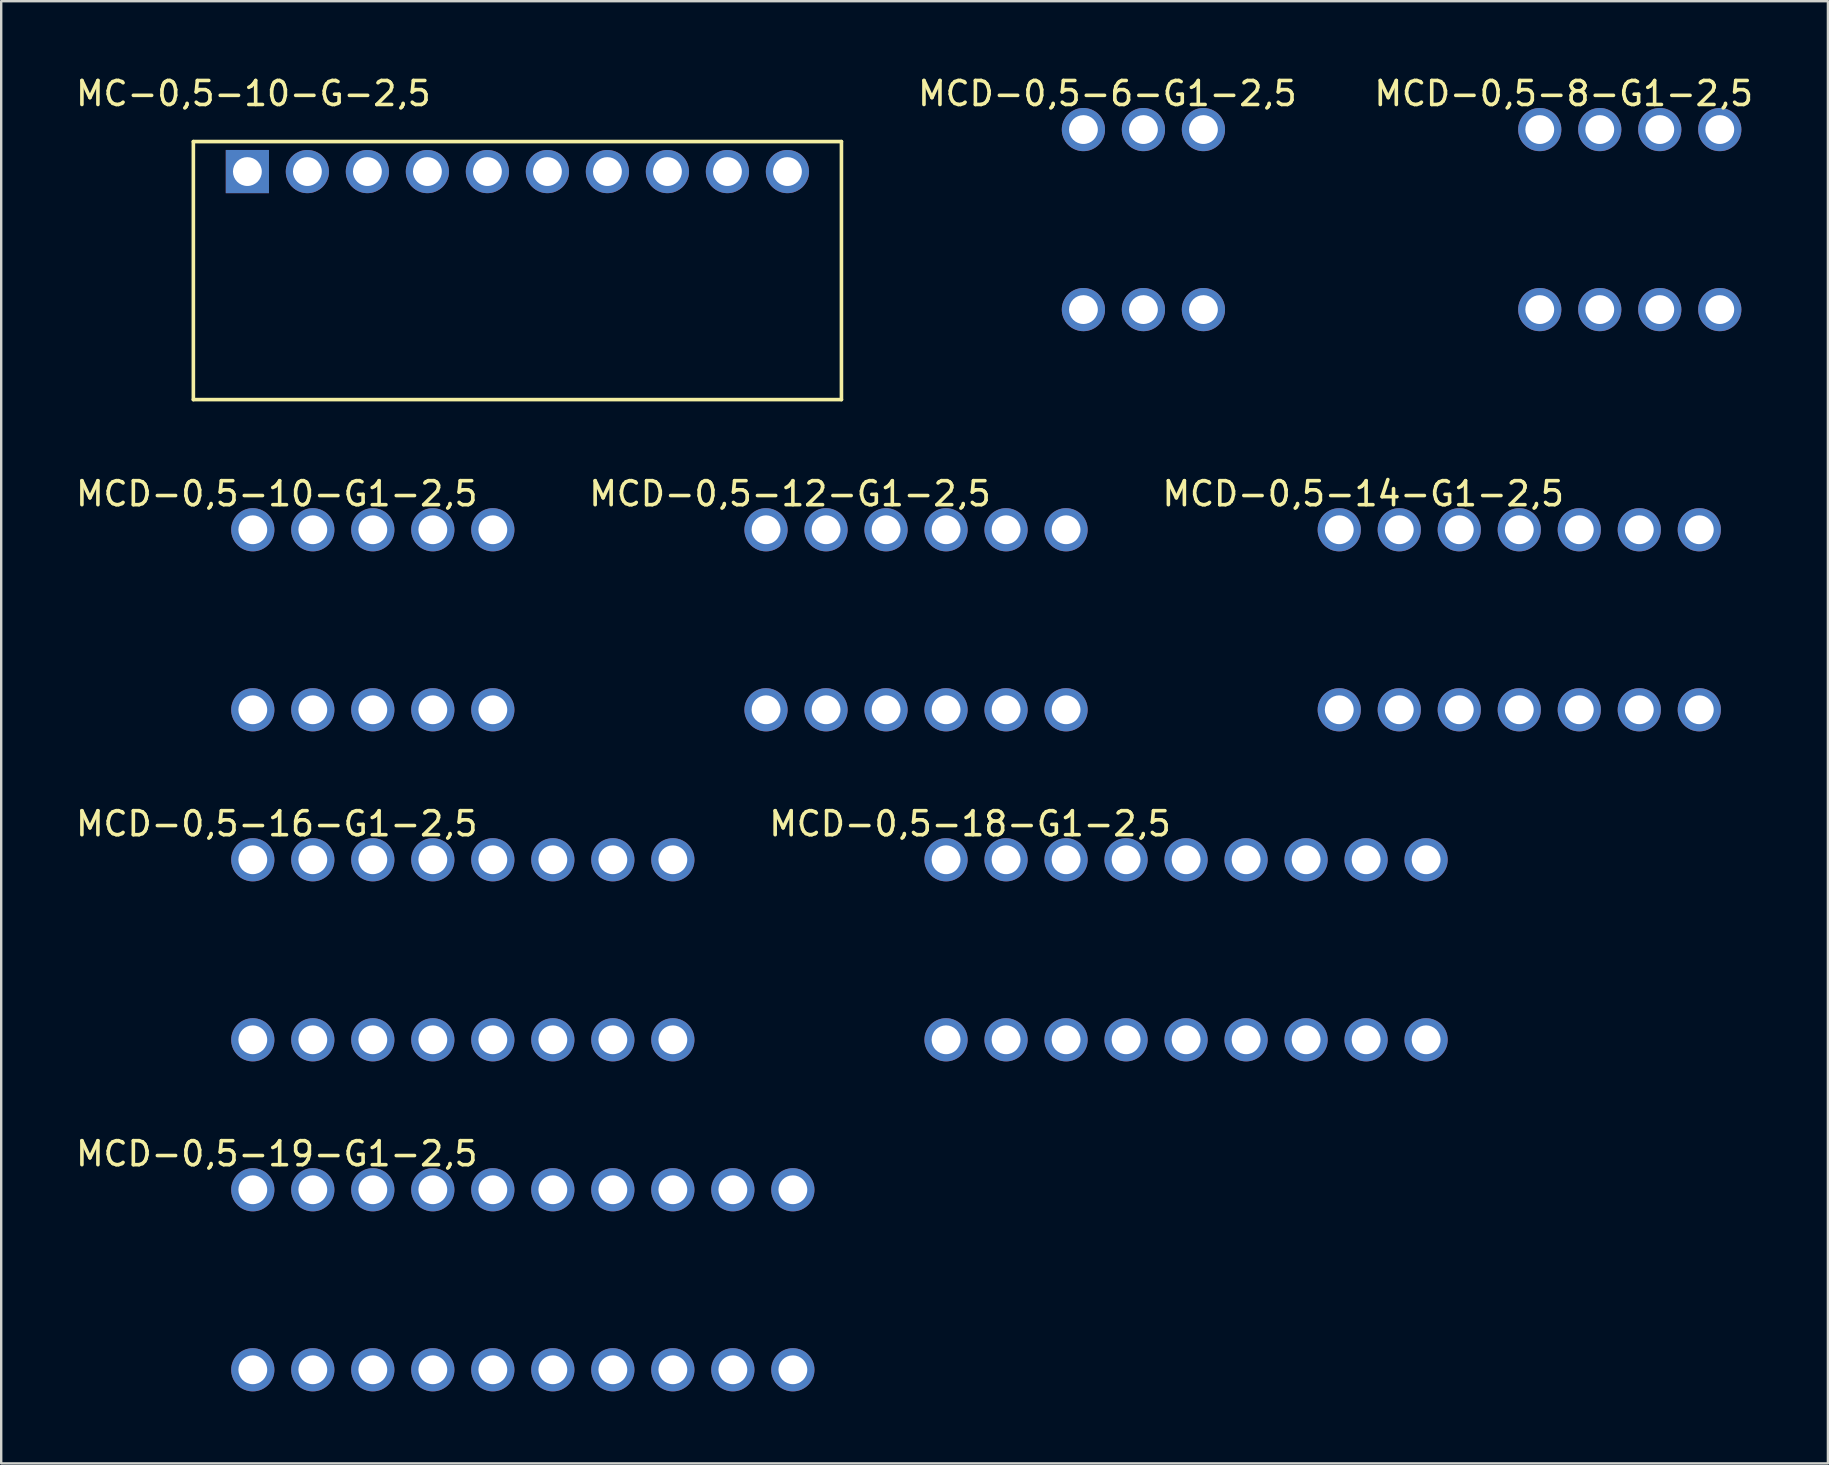
<source format=kicad_pcb>
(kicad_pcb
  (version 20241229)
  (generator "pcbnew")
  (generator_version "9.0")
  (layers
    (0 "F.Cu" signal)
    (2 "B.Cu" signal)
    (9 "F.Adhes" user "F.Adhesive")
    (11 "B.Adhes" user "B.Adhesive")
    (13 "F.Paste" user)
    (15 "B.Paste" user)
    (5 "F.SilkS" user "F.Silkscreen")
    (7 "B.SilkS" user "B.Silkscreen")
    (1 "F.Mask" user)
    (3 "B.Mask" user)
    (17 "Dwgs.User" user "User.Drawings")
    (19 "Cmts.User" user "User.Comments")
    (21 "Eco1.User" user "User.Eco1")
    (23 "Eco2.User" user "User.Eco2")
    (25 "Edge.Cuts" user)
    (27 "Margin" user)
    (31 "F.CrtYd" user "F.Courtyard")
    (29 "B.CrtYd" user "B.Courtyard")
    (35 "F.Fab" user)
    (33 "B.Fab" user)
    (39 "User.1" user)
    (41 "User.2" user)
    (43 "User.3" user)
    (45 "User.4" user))
  (footprint "MCD-0,5-16-G1-2,5"
    (layer "F.Cu")
    (at 7.482 32.77)
    (property "Reference" "MCD-0,5-16-G1-2,5" (at 1 -1.5 0) (layer "F.SilkS") (effects (font (size 1 1) (thickness 0.15))))
    (attr through_hole)
    (pad "1" thru_hole circle (at 0 0) (size 1.8 1.8) (drill 1.2) (layers "*.Cu" "*.Mask"))
    (pad "2" thru_hole circle (at 2.5 0) (size 1.8 1.8) (drill 1.2) (layers "*.Cu" "*.Mask"))
    (pad "3" thru_hole circle (at 5 0) (size 1.8 1.8) (drill 1.2) (layers "*.Cu" "*.Mask"))
    (pad "4" thru_hole circle (at 7.5 0) (size 1.8 1.8) (drill 1.2) (layers "*.Cu" "*.Mask"))
    (pad "5" thru_hole circle (at 10 0) (size 1.8 1.8) (drill 1.2) (layers "*.Cu" "*.Mask"))
    (pad "6" thru_hole circle (at 12.5 0) (size 1.8 1.8) (drill 1.2) (layers "*.Cu" "*.Mask"))
    (pad "7" thru_hole circle (at 15 0) (size 1.8 1.8) (drill 1.2) (layers "*.Cu" "*.Mask"))
    (pad "8" thru_hole circle (at 17.5 0) (size 1.8 1.8) (drill 1.2) (layers "*.Cu" "*.Mask"))
    (pad "9" thru_hole circle (at 0 7.5) (size 1.8 1.8) (drill 1.2) (layers "*.Cu" "*.Mask"))
    (pad "10" thru_hole circle (at 2.5 7.5) (size 1.8 1.8) (drill 1.2) (layers "*.Cu" "*.Mask"))
    (pad "11" thru_hole circle (at 5 7.5) (size 1.8 1.8) (drill 1.2) (layers "*.Cu" "*.Mask"))
    (pad "12" thru_hole circle (at 7.5 7.5) (size 1.8 1.8) (drill 1.2) (layers "*.Cu" "*.Mask"))
    (pad "13" thru_hole circle (at 10 7.5) (size 1.8 1.8) (drill 1.2) (layers "*.Cu" "*.Mask"))
    (pad "14" thru_hole circle (at 12.5 7.5) (size 1.8 1.8) (drill 1.2) (layers "*.Cu" "*.Mask"))
    (pad "15" thru_hole circle (at 15 7.5) (size 1.8 1.8) (drill 1.2) (layers "*.Cu" "*.Mask"))
    (pad "16" thru_hole circle (at 17.5 7.5) (size 1.8 1.8) (drill 1.2) (layers "*.Cu" "*.Mask")))
  (footprint "MCD-0,5-8-G1-2,5"
    (layer "F.Cu")
    (at 61.099 2.348)
    (property "Reference" "MCD-0,5-8-G1-2,5" (at 1 -1.5 0) (layer "F.SilkS") (effects (font (size 1 1) (thickness 0.15))))
    (attr through_hole)
    (pad "1" thru_hole circle (at 0 0) (size 1.8 1.8) (drill 1.2) (layers "*.Cu" "*.Mask"))
    (pad "2" thru_hole circle (at 2.5 0) (size 1.8 1.8) (drill 1.2) (layers "*.Cu" "*.Mask"))
    (pad "3" thru_hole circle (at 5 0) (size 1.8 1.8) (drill 1.2) (layers "*.Cu" "*.Mask"))
    (pad "4" thru_hole circle (at 7.5 0) (size 1.8 1.8) (drill 1.2) (layers "*.Cu" "*.Mask"))
    (pad "5" thru_hole circle (at 0 7.5) (size 1.8 1.8) (drill 1.2) (layers "*.Cu" "*.Mask"))
    (pad "6" thru_hole circle (at 2.5 7.5) (size 1.8 1.8) (drill 1.2) (layers "*.Cu" "*.Mask"))
    (pad "7" thru_hole circle (at 5 7.5) (size 1.8 1.8) (drill 1.2) (layers "*.Cu" "*.Mask"))
    (pad "8" thru_hole circle (at 7.5 7.5) (size 1.8 1.8) (drill 1.2) (layers "*.Cu" "*.Mask")))
  (footprint "MCD-0,5-14-G1-2,5"
    (layer "F.Cu")
    (at 52.746 19.021)
    (property "Reference" "MCD-0,5-14-G1-2,5" (at 1 -1.5 0) (layer "F.SilkS") (effects (font (size 1 1) (thickness 0.15))))
    (attr through_hole)
    (pad "1" thru_hole circle (at 0 0) (size 1.8 1.8) (drill 1.2) (layers "*.Cu" "*.Mask"))
    (pad "2" thru_hole circle (at 2.5 0) (size 1.8 1.8) (drill 1.2) (layers "*.Cu" "*.Mask"))
    (pad "3" thru_hole circle (at 5 0) (size 1.8 1.8) (drill 1.2) (layers "*.Cu" "*.Mask"))
    (pad "4" thru_hole circle (at 7.5 0) (size 1.8 1.8) (drill 1.2) (layers "*.Cu" "*.Mask"))
    (pad "5" thru_hole circle (at 10 0) (size 1.8 1.8) (drill 1.2) (layers "*.Cu" "*.Mask"))
    (pad "6" thru_hole circle (at 12.5 0) (size 1.8 1.8) (drill 1.2) (layers "*.Cu" "*.Mask"))
    (pad "7" thru_hole circle (at 15 0) (size 1.8 1.8) (drill 1.2) (layers "*.Cu" "*.Mask"))
    (pad "8" thru_hole circle (at 0 7.5) (size 1.8 1.8) (drill 1.2) (layers "*.Cu" "*.Mask"))
    (pad "9" thru_hole circle (at 2.5 7.5) (size 1.8 1.8) (drill 1.2) (layers "*.Cu" "*.Mask"))
    (pad "10" thru_hole circle (at 5 7.5) (size 1.8 1.8) (drill 1.2) (layers "*.Cu" "*.Mask"))
    (pad "11" thru_hole circle (at 7.5 7.5) (size 1.8 1.8) (drill 1.2) (layers "*.Cu" "*.Mask"))
    (pad "12" thru_hole circle (at 10 7.5) (size 1.8 1.8) (drill 1.2) (layers "*.Cu" "*.Mask"))
    (pad "13" thru_hole circle (at 12.5 7.5) (size 1.8 1.8) (drill 1.2) (layers "*.Cu" "*.Mask"))
    (pad "14" thru_hole circle (at 15 7.5) (size 1.8 1.8) (drill 1.2) (layers "*.Cu" "*.Mask")))
  (footprint "MC-0,5-10-G-2,5"
    (layer "F.Cu")
    (at 7.256 4.098)
    (property "Reference" "MC-0,5-10-G-2,5" (at 0.25 -3.25 180) (layer "F.SilkS") (effects (font (size 1 1) (thickness 0.15))))
    (attr through_hole)
    (fp_line (start -2.25 -1.25) (end -2.25 9.5) (stroke (width 0.15) (type solid)) (layer "F.SilkS"))
    (fp_line (start -2.25 9.5) (end 24.75 9.5) (stroke (width 0.15) (type solid)) (layer "F.SilkS"))
    (fp_line (start 24.75 -1.25) (end -2.25 -1.25) (stroke (width 0.15) (type solid)) (layer "F.SilkS"))
    (fp_line (start 24.75 9.5) (end 24.75 -1.25) (stroke (width 0.15) (type solid)) (layer "F.SilkS"))
    (pad "1" thru_hole rect (at 0 0) (size 1.8 1.8) (drill 1.2) (layers "*.Cu" "*.Mask"))
    (pad "2" thru_hole circle (at 2.5 0) (size 1.8 1.8) (drill 1.2) (layers "*.Cu" "*.Mask"))
    (pad "3" thru_hole circle (at 5 0) (size 1.8 1.8) (drill 1.2) (layers "*.Cu" "*.Mask"))
    (pad "4" thru_hole circle (at 7.5 0) (size 1.8 1.8) (drill 1.2) (layers "*.Cu" "*.Mask"))
    (pad "5" thru_hole circle (at 10 0) (size 1.8 1.8) (drill 1.2) (layers "*.Cu" "*.Mask"))
    (pad "6" thru_hole circle (at 12.5 0) (size 1.8 1.8) (drill 1.2) (layers "*.Cu" "*.Mask"))
    (pad "7" thru_hole circle (at 15 0) (size 1.8 1.8) (drill 1.2) (layers "*.Cu" "*.Mask"))
    (pad "8" thru_hole circle (at 17.5 0) (size 1.8 1.8) (drill 1.2) (layers "*.Cu" "*.Mask"))
    (pad "9" thru_hole circle (at 20 0) (size 1.8 1.8) (drill 1.2) (layers "*.Cu" "*.Mask"))
    (pad "10" thru_hole circle (at 22.5 0) (size 1.8 1.8) (drill 1.2) (layers "*.Cu" "*.Mask")))
  (footprint "MCD-0,5-18-G1-2,5"
    (layer "F.Cu")
    (at 36.364 32.77)
    (property "Reference" "MCD-0,5-18-G1-2,5" (at 1 -1.5 0) (layer "F.SilkS") (effects (font (size 1 1) (thickness 0.15))))
    (attr through_hole)
    (pad "1" thru_hole circle (at 0 0) (size 1.8 1.8) (drill 1.2) (layers "*.Cu" "*.Mask"))
    (pad "2" thru_hole circle (at 2.5 0) (size 1.8 1.8) (drill 1.2) (layers "*.Cu" "*.Mask"))
    (pad "3" thru_hole circle (at 5 0) (size 1.8 1.8) (drill 1.2) (layers "*.Cu" "*.Mask"))
    (pad "4" thru_hole circle (at 7.5 0) (size 1.8 1.8) (drill 1.2) (layers "*.Cu" "*.Mask"))
    (pad "5" thru_hole circle (at 10 0) (size 1.8 1.8) (drill 1.2) (layers "*.Cu" "*.Mask"))
    (pad "6" thru_hole circle (at 12.5 0) (size 1.8 1.8) (drill 1.2) (layers "*.Cu" "*.Mask"))
    (pad "7" thru_hole circle (at 15 0) (size 1.8 1.8) (drill 1.2) (layers "*.Cu" "*.Mask"))
    (pad "8" thru_hole circle (at 17.5 0) (size 1.8 1.8) (drill 1.2) (layers "*.Cu" "*.Mask"))
    (pad "9" thru_hole circle (at 20 0) (size 1.8 1.8) (drill 1.2) (layers "*.Cu" "*.Mask"))
    (pad "10" thru_hole circle (at 0 7.5) (size 1.8 1.8) (drill 1.2) (layers "*.Cu" "*.Mask"))
    (pad "11" thru_hole circle (at 2.5 7.5) (size 1.8 1.8) (drill 1.2) (layers "*.Cu" "*.Mask"))
    (pad "12" thru_hole circle (at 5 7.5) (size 1.8 1.8) (drill 1.2) (layers "*.Cu" "*.Mask"))
    (pad "13" thru_hole circle (at 7.5 7.5) (size 1.8 1.8) (drill 1.2) (layers "*.Cu" "*.Mask"))
    (pad "14" thru_hole circle (at 10 7.5) (size 1.8 1.8) (drill 1.2) (layers "*.Cu" "*.Mask"))
    (pad "15" thru_hole circle (at 12.5 7.5) (size 1.8 1.8) (drill 1.2) (layers "*.Cu" "*.Mask"))
    (pad "16" thru_hole circle (at 15 7.5) (size 1.8 1.8) (drill 1.2) (layers "*.Cu" "*.Mask"))
    (pad "17" thru_hole circle (at 17.5 7.5) (size 1.8 1.8) (drill 1.2) (layers "*.Cu" "*.Mask"))
    (pad "18" thru_hole circle (at 20 7.5) (size 1.8 1.8) (drill 1.2) (layers "*.Cu" "*.Mask")))
  (footprint "MCD-0,5-19-G1-2,5"
    (layer "F.Cu")
    (at 7.482 46.518)
    (property "Reference" "MCD-0,5-19-G1-2,5" (at 1 -1.5 0) (layer "F.SilkS") (effects (font (size 1 1) (thickness 0.15))))
    (attr through_hole)
    (pad "1" thru_hole circle (at 0 0) (size 1.8 1.8) (drill 1.2) (layers "*.Cu" "*.Mask"))
    (pad "2" thru_hole circle (at 2.5 0) (size 1.8 1.8) (drill 1.2) (layers "*.Cu" "*.Mask"))
    (pad "3" thru_hole circle (at 5 0) (size 1.8 1.8) (drill 1.2) (layers "*.Cu" "*.Mask"))
    (pad "4" thru_hole circle (at 7.5 0) (size 1.8 1.8) (drill 1.2) (layers "*.Cu" "*.Mask"))
    (pad "5" thru_hole circle (at 10 0) (size 1.8 1.8) (drill 1.2) (layers "*.Cu" "*.Mask"))
    (pad "6" thru_hole circle (at 12.5 0) (size 1.8 1.8) (drill 1.2) (layers "*.Cu" "*.Mask"))
    (pad "7" thru_hole circle (at 15 0) (size 1.8 1.8) (drill 1.2) (layers "*.Cu" "*.Mask"))
    (pad "8" thru_hole circle (at 17.5 0) (size 1.8 1.8) (drill 1.2) (layers "*.Cu" "*.Mask"))
    (pad "9" thru_hole circle (at 20 0) (size 1.8 1.8) (drill 1.2) (layers "*.Cu" "*.Mask"))
    (pad "10" thru_hole circle (at 22.5 0) (size 1.8 1.8) (drill 1.2) (layers "*.Cu" "*.Mask"))
    (pad "11" thru_hole circle (at 0 7.5) (size 1.8 1.8) (drill 1.2) (layers "*.Cu" "*.Mask"))
    (pad "12" thru_hole circle (at 2.5 7.5) (size 1.8 1.8) (drill 1.2) (layers "*.Cu" "*.Mask"))
    (pad "13" thru_hole circle (at 5 7.5) (size 1.8 1.8) (drill 1.2) (layers "*.Cu" "*.Mask"))
    (pad "14" thru_hole circle (at 7.5 7.5) (size 1.8 1.8) (drill 1.2) (layers "*.Cu" "*.Mask"))
    (pad "15" thru_hole circle (at 10 7.5) (size 1.8 1.8) (drill 1.2) (layers "*.Cu" "*.Mask"))
    (pad "16" thru_hole circle (at 12.5 7.5) (size 1.8 1.8) (drill 1.2) (layers "*.Cu" "*.Mask"))
    (pad "17" thru_hole circle (at 15 7.5) (size 1.8 1.8) (drill 1.2) (layers "*.Cu" "*.Mask"))
    (pad "18" thru_hole circle (at 17.5 7.5) (size 1.8 1.8) (drill 1.2) (layers "*.Cu" "*.Mask"))
    (pad "19" thru_hole circle (at 20 7.5) (size 1.8 1.8) (drill 1.2) (layers "*.Cu" "*.Mask"))
    (pad "20" thru_hole circle (at 22.5 7.5) (size 1.8 1.8) (drill 1.2) (layers "*.Cu" "*.Mask")))
  (footprint "MCD-0,5-6-G1-2,5"
    (layer "F.Cu")
    (at 42.087 2.348)
    (property "Reference" "MCD-0,5-6-G1-2,5" (at 1 -1.5 0) (layer "F.SilkS") (effects (font (size 1 1) (thickness 0.15))))
    (attr through_hole)
    (pad "1" thru_hole circle (at 0 0) (size 1.8 1.8) (drill 1.2) (layers "*.Cu" "*.Mask"))
    (pad "2" thru_hole circle (at 2.5 0) (size 1.8 1.8) (drill 1.2) (layers "*.Cu" "*.Mask"))
    (pad "3" thru_hole circle (at 5 0) (size 1.8 1.8) (drill 1.2) (layers "*.Cu" "*.Mask"))
    (pad "4" thru_hole circle (at 0 7.5) (size 1.8 1.8) (drill 1.2) (layers "*.Cu" "*.Mask"))
    (pad "5" thru_hole circle (at 2.5 7.5) (size 1.8 1.8) (drill 1.2) (layers "*.Cu" "*.Mask"))
    (pad "6" thru_hole circle (at 5 7.5) (size 1.8 1.8) (drill 1.2) (layers "*.Cu" "*.Mask")))
  (footprint "MCD-0,5-12-G1-2,5"
    (layer "F.Cu")
    (at 28.864 19.021)
    (property "Reference" "MCD-0,5-12-G1-2,5" (at 1 -1.5 0) (layer "F.SilkS") (effects (font (size 1 1) (thickness 0.15))))
    (attr through_hole)
    (pad "1" thru_hole circle (at 0 0) (size 1.8 1.8) (drill 1.2) (layers "*.Cu" "*.Mask"))
    (pad "2" thru_hole circle (at 2.5 0) (size 1.8 1.8) (drill 1.2) (layers "*.Cu" "*.Mask"))
    (pad "3" thru_hole circle (at 5 0) (size 1.8 1.8) (drill 1.2) (layers "*.Cu" "*.Mask"))
    (pad "4" thru_hole circle (at 7.5 0) (size 1.8 1.8) (drill 1.2) (layers "*.Cu" "*.Mask"))
    (pad "5" thru_hole circle (at 10 0) (size 1.8 1.8) (drill 1.2) (layers "*.Cu" "*.Mask"))
    (pad "6" thru_hole circle (at 12.5 0) (size 1.8 1.8) (drill 1.2) (layers "*.Cu" "*.Mask"))
    (pad "7" thru_hole circle (at 0 7.5) (size 1.8 1.8) (drill 1.2) (layers "*.Cu" "*.Mask"))
    (pad "8" thru_hole circle (at 2.5 7.5) (size 1.8 1.8) (drill 1.2) (layers "*.Cu" "*.Mask"))
    (pad "9" thru_hole circle (at 5 7.5) (size 1.8 1.8) (drill 1.2) (layers "*.Cu" "*.Mask"))
    (pad "10" thru_hole circle (at 7.5 7.5) (size 1.8 1.8) (drill 1.2) (layers "*.Cu" "*.Mask"))
    (pad "11" thru_hole circle (at 10 7.5) (size 1.8 1.8) (drill 1.2) (layers "*.Cu" "*.Mask"))
    (pad "12" thru_hole circle (at 12.5 7.5) (size 1.8 1.8) (drill 1.2) (layers "*.Cu" "*.Mask")))
  (footprint "MCD-0,5-10-G1-2,5"
    (layer "F.Cu")
    (at 7.482 19.021)
    (property "Reference" "MCD-0,5-10-G1-2,5" (at 1 -1.5 0) (layer "F.SilkS") (effects (font (size 1 1) (thickness 0.15))))
    (attr through_hole)
    (pad "1" thru_hole circle (at 0 0) (size 1.8 1.8) (drill 1.2) (layers "*.Cu" "*.Mask"))
    (pad "2" thru_hole circle (at 2.5 0) (size 1.8 1.8) (drill 1.2) (layers "*.Cu" "*.Mask"))
    (pad "3" thru_hole circle (at 5 0) (size 1.8 1.8) (drill 1.2) (layers "*.Cu" "*.Mask"))
    (pad "4" thru_hole circle (at 7.5 0) (size 1.8 1.8) (drill 1.2) (layers "*.Cu" "*.Mask"))
    (pad "5" thru_hole circle (at 10 0) (size 1.8 1.8) (drill 1.2) (layers "*.Cu" "*.Mask"))
    (pad "6" thru_hole circle (at 0 7.5) (size 1.8 1.8) (drill 1.2) (layers "*.Cu" "*.Mask"))
    (pad "7" thru_hole circle (at 2.5 7.5) (size 1.8 1.8) (drill 1.2) (layers "*.Cu" "*.Mask"))
    (pad "8" thru_hole circle (at 5 7.5) (size 1.8 1.8) (drill 1.2) (layers "*.Cu" "*.Mask"))
    (pad "9" thru_hole circle (at 7.5 7.5) (size 1.8 1.8) (drill 1.2) (layers "*.Cu" "*.Mask"))
    (pad "10" thru_hole circle (at 10 7.5) (size 1.8 1.8) (drill 1.2) (layers "*.Cu" "*.Mask")))
  (gr_rect
    (start -3 -3)
    (end 73.105 57.918)
    (stroke (width 0.1) (type default))
    (fill no)
    (layer "Edge.Cuts")))
</source>
